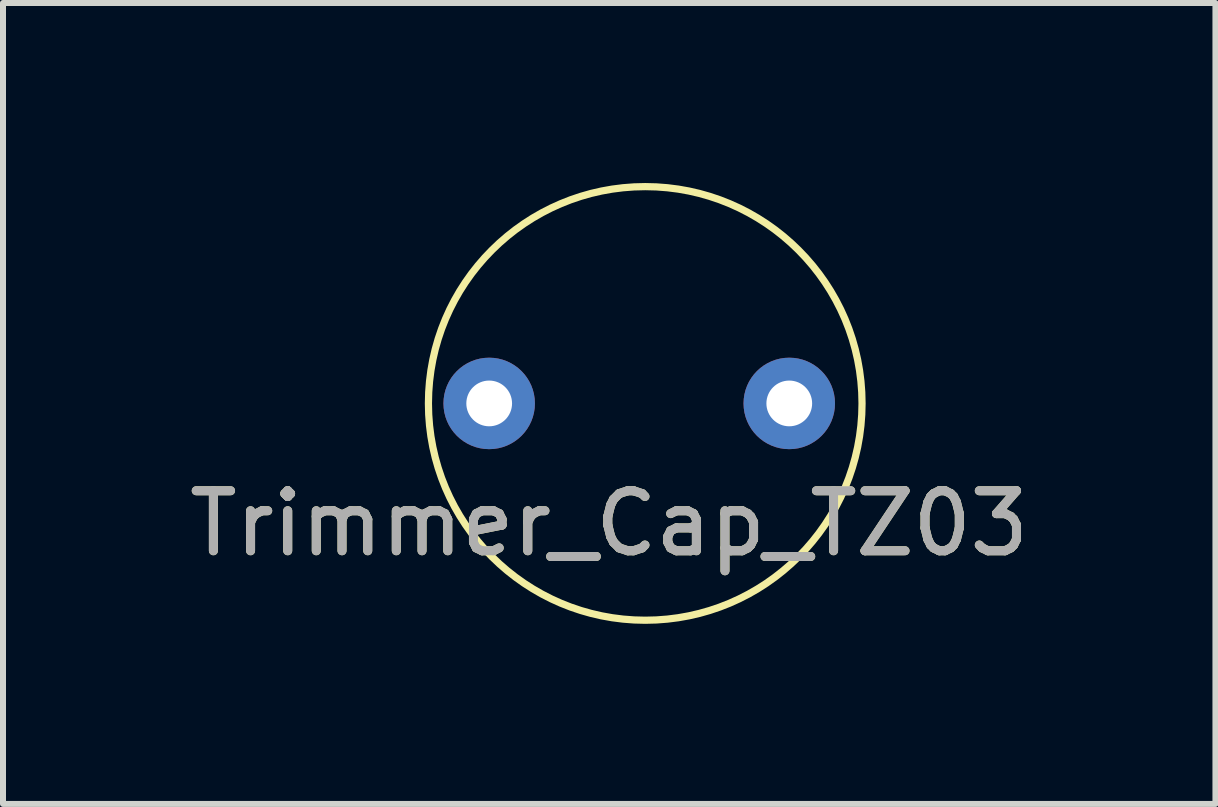
<source format=kicad_pcb>
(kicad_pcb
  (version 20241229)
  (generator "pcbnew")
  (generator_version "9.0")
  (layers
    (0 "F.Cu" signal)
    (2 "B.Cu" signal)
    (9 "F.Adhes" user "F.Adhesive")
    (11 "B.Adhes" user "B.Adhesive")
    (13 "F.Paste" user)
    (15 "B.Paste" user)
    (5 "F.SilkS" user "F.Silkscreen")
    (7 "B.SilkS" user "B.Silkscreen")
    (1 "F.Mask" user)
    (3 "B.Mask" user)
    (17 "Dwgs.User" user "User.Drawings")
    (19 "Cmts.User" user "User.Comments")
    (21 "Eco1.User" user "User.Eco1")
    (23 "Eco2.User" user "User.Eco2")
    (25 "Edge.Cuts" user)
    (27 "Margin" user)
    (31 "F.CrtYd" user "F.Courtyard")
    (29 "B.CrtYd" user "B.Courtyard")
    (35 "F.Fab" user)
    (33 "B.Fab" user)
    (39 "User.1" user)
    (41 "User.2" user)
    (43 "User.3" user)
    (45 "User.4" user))
  (footprint "Trimmer_Cap_TZ03"
    (layer "F.Cu")
    (at 7.101 3.672)
    (property "Reference" "Trimmer_Cap_TZ03" (at 0 2 0) (unlocked yes) (layer "F.SilkS") (effects (font (size 1 1) (thickness 0.15))))
    (attr through_hole)
    (fp_circle (center 0.6 0) (end -2.1 -2.4) (stroke (width 0.12) (type solid)) (fill no) (layer "F.SilkS"))
    (fp_text user "${REFERENCE}" (at 0 2 0) (unlocked yes) (layer "F.Fab") (effects (font (size 1 1) (thickness 0.15))))
    (pad "1" thru_hole circle (at -2 0) (size 1.524 1.524) (drill 0.762) (layers "*.Cu" "*.Mask"))
    (pad "2" thru_hole circle (at 3 0) (size 1.524 1.524) (drill 0.762) (layers "*.Cu" "*.Mask")))
  (gr_rect
    (start -3 -3)
    (end 17.202 10.345)
    (stroke (width 0.1) (type default))
    (fill no)
    (layer "Edge.Cuts")))
</source>
